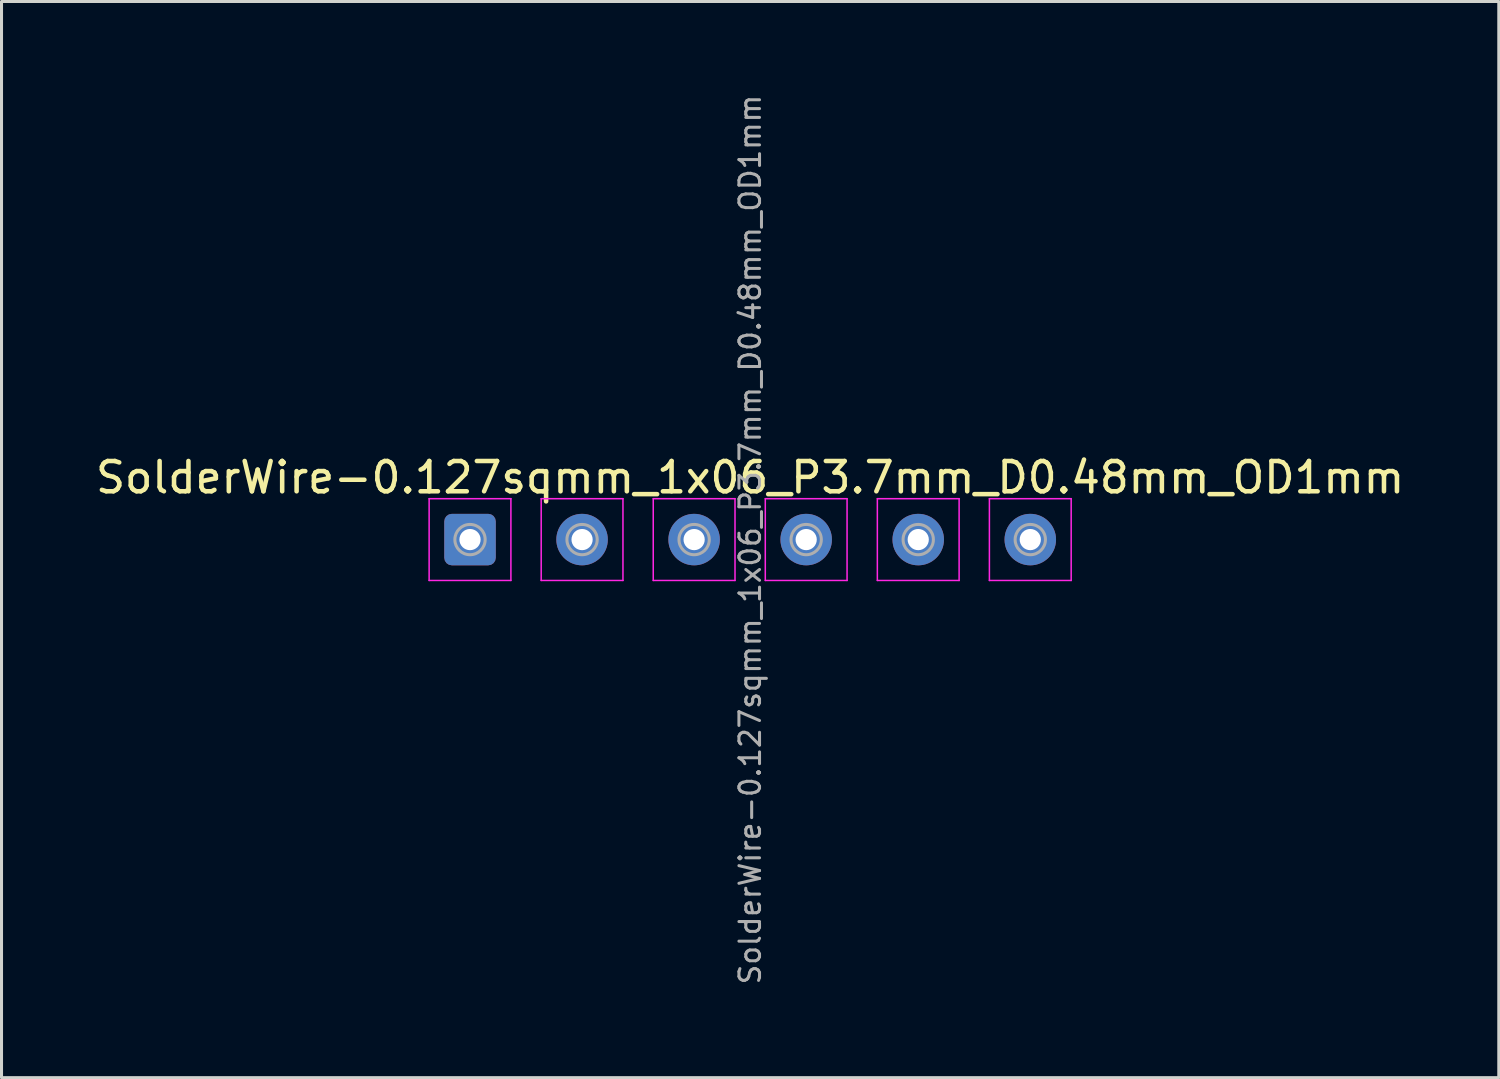
<source format=kicad_pcb>
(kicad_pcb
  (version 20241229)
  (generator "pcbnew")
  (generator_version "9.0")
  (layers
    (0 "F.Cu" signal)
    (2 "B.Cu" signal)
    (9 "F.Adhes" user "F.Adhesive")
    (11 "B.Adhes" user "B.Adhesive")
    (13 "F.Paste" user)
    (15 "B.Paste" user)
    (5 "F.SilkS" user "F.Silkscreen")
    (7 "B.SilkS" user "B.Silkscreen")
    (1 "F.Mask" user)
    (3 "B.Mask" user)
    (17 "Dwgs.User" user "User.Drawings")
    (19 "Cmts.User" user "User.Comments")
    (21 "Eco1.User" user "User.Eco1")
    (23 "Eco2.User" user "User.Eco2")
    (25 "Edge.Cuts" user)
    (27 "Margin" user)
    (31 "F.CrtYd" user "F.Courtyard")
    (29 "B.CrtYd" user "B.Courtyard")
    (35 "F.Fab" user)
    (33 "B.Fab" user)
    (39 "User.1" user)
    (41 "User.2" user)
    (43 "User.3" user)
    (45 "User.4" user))
  (footprint "SolderWire-0.127sqmm_1x06_P3.7mm_D0.48mm_OD1mm"
    (layer "F.Cu")
    (at 12.47 14.767)
    (property "Reference" "SolderWire-0.127sqmm_1x06_P3.7mm_D0.48mm_OD1mm" (at 9.25 -2.05 0) (layer "F.SilkS") (effects (font (size 1 1) (thickness 0.15))))
    (attr exclude_from_pos_files exclude_from_bom)
    (fp_line (start -1.35 -1.35) (end -1.35 1.35) (stroke (width 0.05) (type solid)) (layer "F.CrtYd"))
    (fp_line (start -1.35 1.35) (end 1.35 1.35) (stroke (width 0.05) (type solid)) (layer "F.CrtYd"))
    (fp_line (start 1.35 -1.35) (end -1.35 -1.35) (stroke (width 0.05) (type solid)) (layer "F.CrtYd"))
    (fp_line (start 1.35 1.35) (end 1.35 -1.35) (stroke (width 0.05) (type solid)) (layer "F.CrtYd"))
    (fp_line (start 2.35 -1.35) (end 2.35 1.35) (stroke (width 0.05) (type solid)) (layer "F.CrtYd"))
    (fp_line (start 2.35 1.35) (end 5.05 1.35) (stroke (width 0.05) (type solid)) (layer "F.CrtYd"))
    (fp_line (start 5.05 -1.35) (end 2.35 -1.35) (stroke (width 0.05) (type solid)) (layer "F.CrtYd"))
    (fp_line (start 5.05 1.35) (end 5.05 -1.35) (stroke (width 0.05) (type solid)) (layer "F.CrtYd"))
    (fp_line (start 6.05 -1.35) (end 6.05 1.35) (stroke (width 0.05) (type solid)) (layer "F.CrtYd"))
    (fp_line (start 6.05 1.35) (end 8.75 1.35) (stroke (width 0.05) (type solid)) (layer "F.CrtYd"))
    (fp_line (start 8.75 -1.35) (end 6.05 -1.35) (stroke (width 0.05) (type solid)) (layer "F.CrtYd"))
    (fp_line (start 8.75 1.35) (end 8.75 -1.35) (stroke (width 0.05) (type solid)) (layer "F.CrtYd"))
    (fp_line (start 9.75 -1.35) (end 9.75 1.35) (stroke (width 0.05) (type solid)) (layer "F.CrtYd"))
    (fp_line (start 9.75 1.35) (end 12.45 1.35) (stroke (width 0.05) (type solid)) (layer "F.CrtYd"))
    (fp_line (start 12.45 -1.35) (end 9.75 -1.35) (stroke (width 0.05) (type solid)) (layer "F.CrtYd"))
    (fp_line (start 12.45 1.35) (end 12.45 -1.35) (stroke (width 0.05) (type solid)) (layer "F.CrtYd"))
    (fp_line (start 13.45 -1.35) (end 13.45 1.35) (stroke (width 0.05) (type solid)) (layer "F.CrtYd"))
    (fp_line (start 13.45 1.35) (end 16.15 1.35) (stroke (width 0.05) (type solid)) (layer "F.CrtYd"))
    (fp_line (start 16.15 -1.35) (end 13.45 -1.35) (stroke (width 0.05) (type solid)) (layer "F.CrtYd"))
    (fp_line (start 16.15 1.35) (end 16.15 -1.35) (stroke (width 0.05) (type solid)) (layer "F.CrtYd"))
    (fp_line (start 17.15 -1.35) (end 17.15 1.35) (stroke (width 0.05) (type solid)) (layer "F.CrtYd"))
    (fp_line (start 17.15 1.35) (end 19.85 1.35) (stroke (width 0.05) (type solid)) (layer "F.CrtYd"))
    (fp_line (start 19.85 -1.35) (end 17.15 -1.35) (stroke (width 0.05) (type solid)) (layer "F.CrtYd"))
    (fp_line (start 19.85 1.35) (end 19.85 -1.35) (stroke (width 0.05) (type solid)) (layer "F.CrtYd"))
    (fp_circle (center 0 0) (end 0.5 0) (stroke (width 0.1) (type solid)) (fill no) (layer "F.Fab"))
    (fp_circle (center 3.7 0) (end 4.2 0) (stroke (width 0.1) (type solid)) (fill no) (layer "F.Fab"))
    (fp_circle (center 7.4 0) (end 7.9 0) (stroke (width 0.1) (type solid)) (fill no) (layer "F.Fab"))
    (fp_circle (center 11.1 0) (end 11.6 0) (stroke (width 0.1) (type solid)) (fill no) (layer "F.Fab"))
    (fp_circle (center 14.8 0) (end 15.3 0) (stroke (width 0.1) (type solid)) (fill no) (layer "F.Fab"))
    (fp_circle (center 18.5 0) (end 19 0) (stroke (width 0.1) (type solid)) (fill no) (layer "F.Fab"))
    (fp_text user "${REFERENCE}" (at 9.25 0 90) (layer "F.Fab") (effects (font (size 0.68 0.68) (thickness 0.1))))
    (pad "1" thru_hole roundrect (at 0 0) (size 1.7 1.7) (drill 0.7) (layers "*.Cu" "*.Mask") (roundrect_rratio 0.147))
    (pad "2" thru_hole circle (at 3.7 0) (size 1.7 1.7) (drill 0.7) (layers "*.Cu" "*.Mask"))
    (pad "3" thru_hole circle (at 7.4 0) (size 1.7 1.7) (drill 0.7) (layers "*.Cu" "*.Mask"))
    (pad "4" thru_hole circle (at 11.1 0) (size 1.7 1.7) (drill 0.7) (layers "*.Cu" "*.Mask"))
    (pad "5" thru_hole circle (at 14.8 0) (size 1.7 1.7) (drill 0.7) (layers "*.Cu" "*.Mask"))
    (pad "6" thru_hole circle (at 18.5 0) (size 1.7 1.7) (drill 0.7) (layers "*.Cu" "*.Mask")))
  (gr_rect
    (start -3 -3)
    (end 46.44 32.534)
    (stroke (width 0.1) (type default))
    (fill no)
    (layer "Edge.Cuts")))
</source>
